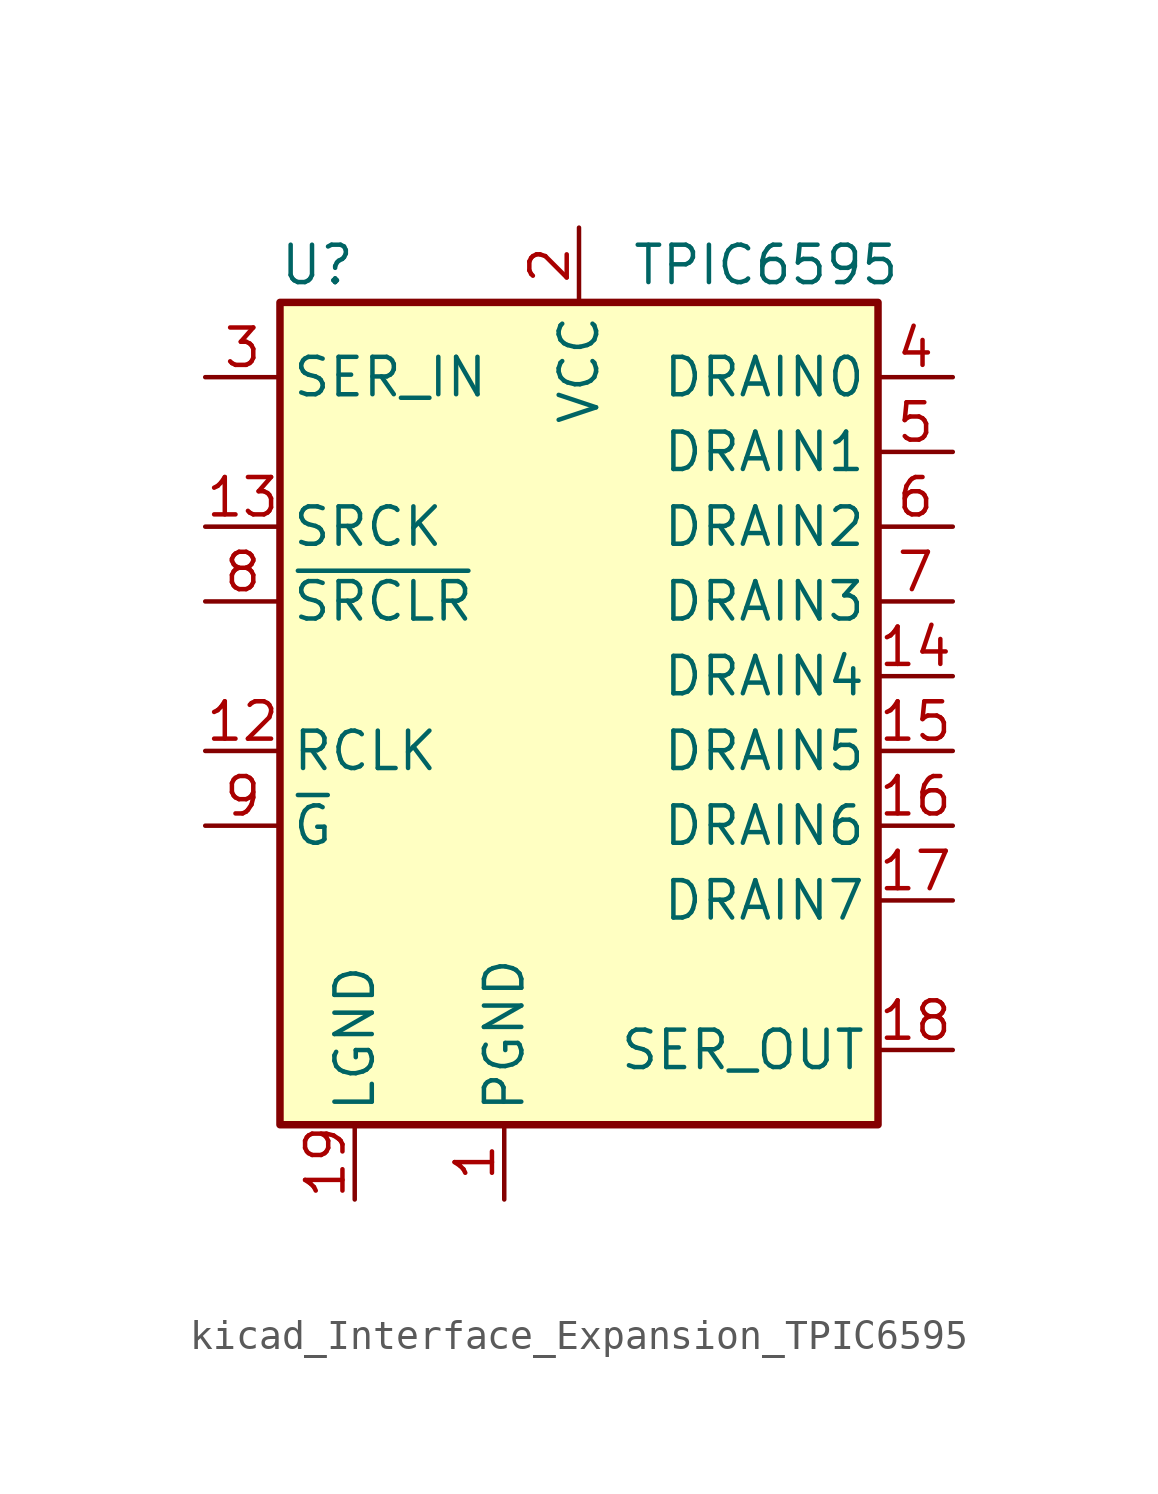
<source format=kicad_sym>
(kicad_symbol_lib
  (version 20220914)
  (generator kicad_symbol_editor)
  (symbol "kicad_Interface_Expansion_TPIC6595"
    (pin_names
      (offset 0.381))
    (property "Reference" "U"
      (at -8.89 13.97 0)
      (effects (font (size 1.27 1.27))))
    (property "Value" "TPIC6595"
      (at 6.35 13.97 0)
      (effects (font (size 1.27 1.27))))
    (symbol "kicad_Interface_Expansion_TPIC6595_0_1"
      (rectangle (start -10.16 12.7) (end 10.16 -15.24) (stroke (width 0.254) (type default)) (fill (type background))))
    (symbol "kicad_Interface_Expansion_TPIC6595_1_1"
      (pin power_in line (at -2.54 -17.78 90) (length 2.54) (name "PGND" (effects (font (size 1.27 1.27)))) (number "1" (effects (font (size 1.27 1.27)))))
      (pin passive line (at -2.54 -17.78 90) (length 2.54) hide (name "PGND" (effects (font (size 1.27 1.27)))) (number "10" (effects (font (size 1.27 1.27)))))
      (pin passive line (at -2.54 -17.78 90) (length 2.54) hide (name "PGND" (effects (font (size 1.27 1.27)))) (number "11" (effects (font (size 1.27 1.27)))))
      (pin input line (at -12.7 -2.54 0) (length 2.54) (name "RCLK" (effects (font (size 1.27 1.27)))) (number "12" (effects (font (size 1.27 1.27)))))
      (pin input line (at -12.7 5.08 0) (length 2.54) (name "SRCK" (effects (font (size 1.27 1.27)))) (number "13" (effects (font (size 1.27 1.27)))))
      (pin open_collector line (at 12.7 0 180) (length 2.54) (name "DRAIN4" (effects (font (size 1.27 1.27)))) (number "14" (effects (font (size 1.27 1.27)))))
      (pin open_collector line (at 12.7 -2.54 180) (length 2.54) (name "DRAIN5" (effects (font (size 1.27 1.27)))) (number "15" (effects (font (size 1.27 1.27)))))
      (pin open_collector line (at 12.7 -5.08 180) (length 2.54) (name "DRAIN6" (effects (font (size 1.27 1.27)))) (number "16" (effects (font (size 1.27 1.27)))))
      (pin open_collector line (at 12.7 -7.62 180) (length 2.54) (name "DRAIN7" (effects (font (size 1.27 1.27)))) (number "17" (effects (font (size 1.27 1.27)))))
      (pin output line (at 12.7 -12.7 180) (length 2.54) (name "SER_OUT" (effects (font (size 1.27 1.27)))) (number "18" (effects (font (size 1.27 1.27)))))
      (pin power_in line (at -7.62 -17.78 90) (length 2.54) (name "LGND" (effects (font (size 1.27 1.27)))) (number "19" (effects (font (size 1.27 1.27)))))
      (pin power_in line (at 0 15.24 270) (length 2.54) (name "VCC" (effects (font (size 1.27 1.27)))) (number "2" (effects (font (size 1.27 1.27)))))
      (pin passive line (at -2.54 -17.78 90) (length 2.54) hide (name "PGND" (effects (font (size 1.27 1.27)))) (number "20" (effects (font (size 1.27 1.27)))))
      (pin input line (at -12.7 10.16 0) (length 2.54) (name "SER_IN" (effects (font (size 1.27 1.27)))) (number "3" (effects (font (size 1.27 1.27)))))
      (pin open_collector line (at 12.7 10.16 180) (length 2.54) (name "DRAIN0" (effects (font (size 1.27 1.27)))) (number "4" (effects (font (size 1.27 1.27)))))
      (pin open_collector line (at 12.7 7.62 180) (length 2.54) (name "DRAIN1" (effects (font (size 1.27 1.27)))) (number "5" (effects (font (size 1.27 1.27)))))
      (pin open_collector line (at 12.7 5.08 180) (length 2.54) (name "DRAIN2" (effects (font (size 1.27 1.27)))) (number "6" (effects (font (size 1.27 1.27)))))
      (pin open_collector line (at 12.7 2.54 180) (length 2.54) (name "DRAIN3" (effects (font (size 1.27 1.27)))) (number "7" (effects (font (size 1.27 1.27)))))
      (pin input line (at -12.7 2.54 0) (length 2.54) (name "~{SRCLR}" (effects (font (size 1.27 1.27)))) (number "8" (effects (font (size 1.27 1.27)))))
      (pin input line (at -12.7 -5.08 0) (length 2.54) (name "~{G}" (effects (font (size 1.27 1.27)))) (number "9" (effects (font (size 1.27 1.27))))))))
</source>
